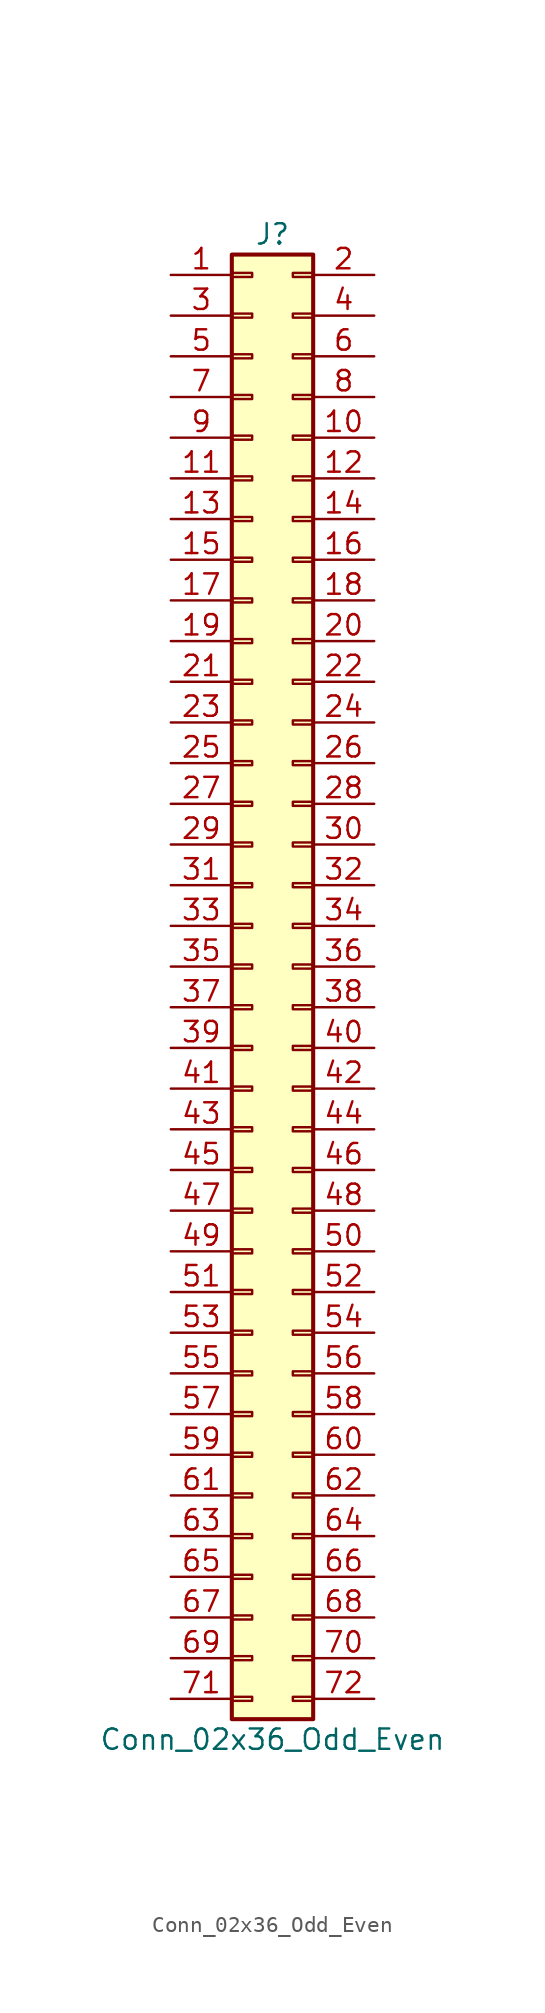
<source format=kicad_sym>
(kicad_symbol_lib
  (version 20201005)
  (generator kicad_symbol_editor)
  (symbol "Conn_02x36_Odd_Even"
    (pin_names
      (offset 1.016) hide)
    (property "Reference" "J"
      (at 1.27 45.72 0)
      (effects (font (size 1.27 1.27))))
    (property "Value" "Conn_02x36_Odd_Even"
      (at 1.27 -48.26 0)
      (effects (font (size 1.27 1.27))))
    (symbol "Conn_02x36_Odd_Even_1_1"
      (rectangle (start -1.27 -45.593) (end 0 -45.847) (stroke (width 0.152)) (fill (type none)))
      (rectangle (start -1.27 -43.053) (end 0 -43.307) (stroke (width 0.152)) (fill (type none)))
      (rectangle (start -1.27 -40.513) (end 0 -40.767) (stroke (width 0.152)) (fill (type none)))
      (rectangle (start -1.27 -37.973) (end 0 -38.227) (stroke (width 0.152)) (fill (type none)))
      (rectangle (start -1.27 -35.433) (end 0 -35.687) (stroke (width 0.152)) (fill (type none)))
      (rectangle (start -1.27 -32.893) (end 0 -33.147) (stroke (width 0.152)) (fill (type none)))
      (rectangle (start -1.27 -30.353) (end 0 -30.607) (stroke (width 0.152)) (fill (type none)))
      (rectangle (start -1.27 -27.813) (end 0 -28.067) (stroke (width 0.152)) (fill (type none)))
      (rectangle (start -1.27 -25.273) (end 0 -25.527) (stroke (width 0.152)) (fill (type none)))
      (rectangle (start -1.27 -22.733) (end 0 -22.987) (stroke (width 0.152)) (fill (type none)))
      (rectangle (start -1.27 -20.193) (end 0 -20.447) (stroke (width 0.152)) (fill (type none)))
      (rectangle (start -1.27 -17.653) (end 0 -17.907) (stroke (width 0.152)) (fill (type none)))
      (rectangle (start -1.27 -15.113) (end 0 -15.367) (stroke (width 0.152)) (fill (type none)))
      (rectangle (start -1.27 -12.573) (end 0 -12.827) (stroke (width 0.152)) (fill (type none)))
      (rectangle (start -1.27 -10.033) (end 0 -10.287) (stroke (width 0.152)) (fill (type none)))
      (rectangle (start -1.27 -7.493) (end 0 -7.747) (stroke (width 0.152)) (fill (type none)))
      (rectangle (start -1.27 -4.953) (end 0 -5.207) (stroke (width 0.152)) (fill (type none)))
      (rectangle (start -1.27 -2.413) (end 0 -2.667) (stroke (width 0.152)) (fill (type none)))
      (rectangle (start -1.27 0.127) (end 0 -0.127) (stroke (width 0.152)) (fill (type none)))
      (rectangle (start -1.27 2.667) (end 0 2.413) (stroke (width 0.152)) (fill (type none)))
      (rectangle (start -1.27 5.207) (end 0 4.953) (stroke (width 0.152)) (fill (type none)))
      (rectangle (start -1.27 7.747) (end 0 7.493) (stroke (width 0.152)) (fill (type none)))
      (rectangle (start -1.27 10.287) (end 0 10.033) (stroke (width 0.152)) (fill (type none)))
      (rectangle (start -1.27 12.827) (end 0 12.573) (stroke (width 0.152)) (fill (type none)))
      (rectangle (start -1.27 15.367) (end 0 15.113) (stroke (width 0.152)) (fill (type none)))
      (rectangle (start -1.27 17.907) (end 0 17.653) (stroke (width 0.152)) (fill (type none)))
      (rectangle (start -1.27 20.447) (end 0 20.193) (stroke (width 0.152)) (fill (type none)))
      (rectangle (start -1.27 22.987) (end 0 22.733) (stroke (width 0.152)) (fill (type none)))
      (rectangle (start -1.27 25.527) (end 0 25.273) (stroke (width 0.152)) (fill (type none)))
      (rectangle (start -1.27 28.067) (end 0 27.813) (stroke (width 0.152)) (fill (type none)))
      (rectangle (start -1.27 30.607) (end 0 30.353) (stroke (width 0.152)) (fill (type none)))
      (rectangle (start -1.27 33.147) (end 0 32.893) (stroke (width 0.152)) (fill (type none)))
      (rectangle (start -1.27 35.687) (end 0 35.433) (stroke (width 0.152)) (fill (type none)))
      (rectangle (start -1.27 38.227) (end 0 37.973) (stroke (width 0.152)) (fill (type none)))
      (rectangle (start -1.27 40.767) (end 0 40.513) (stroke (width 0.152)) (fill (type none)))
      (rectangle (start -1.27 43.307) (end 0 43.053) (stroke (width 0.152)) (fill (type none)))
      (rectangle (start 3.81 -45.593) (end 2.54 -45.847) (stroke (width 0.152)) (fill (type none)))
      (rectangle (start 3.81 -43.053) (end 2.54 -43.307) (stroke (width 0.152)) (fill (type none)))
      (rectangle (start 3.81 -40.513) (end 2.54 -40.767) (stroke (width 0.152)) (fill (type none)))
      (rectangle (start 3.81 -37.973) (end 2.54 -38.227) (stroke (width 0.152)) (fill (type none)))
      (rectangle (start 3.81 -35.433) (end 2.54 -35.687) (stroke (width 0.152)) (fill (type none)))
      (rectangle (start 3.81 -32.893) (end 2.54 -33.147) (stroke (width 0.152)) (fill (type none)))
      (rectangle (start 3.81 -30.353) (end 2.54 -30.607) (stroke (width 0.152)) (fill (type none)))
      (rectangle (start 3.81 -27.813) (end 2.54 -28.067) (stroke (width 0.152)) (fill (type none)))
      (rectangle (start 3.81 -25.273) (end 2.54 -25.527) (stroke (width 0.152)) (fill (type none)))
      (rectangle (start 3.81 -22.733) (end 2.54 -22.987) (stroke (width 0.152)) (fill (type none)))
      (rectangle (start 3.81 -20.193) (end 2.54 -20.447) (stroke (width 0.152)) (fill (type none)))
      (rectangle (start 3.81 -17.653) (end 2.54 -17.907) (stroke (width 0.152)) (fill (type none)))
      (rectangle (start 3.81 -15.113) (end 2.54 -15.367) (stroke (width 0.152)) (fill (type none)))
      (rectangle (start 3.81 -12.573) (end 2.54 -12.827) (stroke (width 0.152)) (fill (type none)))
      (rectangle (start 3.81 -10.033) (end 2.54 -10.287) (stroke (width 0.152)) (fill (type none)))
      (rectangle (start 3.81 -7.493) (end 2.54 -7.747) (stroke (width 0.152)) (fill (type none)))
      (rectangle (start 3.81 -4.953) (end 2.54 -5.207) (stroke (width 0.152)) (fill (type none)))
      (rectangle (start 3.81 -2.413) (end 2.54 -2.667) (stroke (width 0.152)) (fill (type none)))
      (rectangle (start 3.81 0.127) (end 2.54 -0.127) (stroke (width 0.152)) (fill (type none)))
      (rectangle (start 3.81 2.667) (end 2.54 2.413) (stroke (width 0.152)) (fill (type none)))
      (rectangle (start 3.81 5.207) (end 2.54 4.953) (stroke (width 0.152)) (fill (type none)))
      (rectangle (start 3.81 7.747) (end 2.54 7.493) (stroke (width 0.152)) (fill (type none)))
      (rectangle (start 3.81 10.287) (end 2.54 10.033) (stroke (width 0.152)) (fill (type none)))
      (rectangle (start 3.81 12.827) (end 2.54 12.573) (stroke (width 0.152)) (fill (type none)))
      (rectangle (start 3.81 15.367) (end 2.54 15.113) (stroke (width 0.152)) (fill (type none)))
      (rectangle (start 3.81 17.907) (end 2.54 17.653) (stroke (width 0.152)) (fill (type none)))
      (rectangle (start 3.81 20.447) (end 2.54 20.193) (stroke (width 0.152)) (fill (type none)))
      (rectangle (start 3.81 22.987) (end 2.54 22.733) (stroke (width 0.152)) (fill (type none)))
      (rectangle (start 3.81 25.527) (end 2.54 25.273) (stroke (width 0.152)) (fill (type none)))
      (rectangle (start 3.81 28.067) (end 2.54 27.813) (stroke (width 0.152)) (fill (type none)))
      (rectangle (start 3.81 30.607) (end 2.54 30.353) (stroke (width 0.152)) (fill (type none)))
      (rectangle (start 3.81 33.147) (end 2.54 32.893) (stroke (width 0.152)) (fill (type none)))
      (rectangle (start 3.81 35.687) (end 2.54 35.433) (stroke (width 0.152)) (fill (type none)))
      (rectangle (start 3.81 38.227) (end 2.54 37.973) (stroke (width 0.152)) (fill (type none)))
      (rectangle (start 3.81 40.767) (end 2.54 40.513) (stroke (width 0.152)) (fill (type none)))
      (rectangle (start 3.81 43.307) (end 2.54 43.053) (stroke (width 0.152)) (fill (type none)))
      (rectangle (start -1.27 44.45) (end 3.81 -46.99) (stroke (width 0.254)) (fill (type background)))
      (pin passive line (at -5.08 43.18 0) (length 3.81) (name "Pin_1" (effects (font (size 1.27 1.27)))) (number "1" (effects (font (size 1.27 1.27)))))
      (pin passive line (at 7.62 33.02 180) (length 3.81) (name "Pin_10" (effects (font (size 1.27 1.27)))) (number "10" (effects (font (size 1.27 1.27)))))
      (pin passive line (at -5.08 30.48 0) (length 3.81) (name "Pin_11" (effects (font (size 1.27 1.27)))) (number "11" (effects (font (size 1.27 1.27)))))
      (pin passive line (at 7.62 30.48 180) (length 3.81) (name "Pin_12" (effects (font (size 1.27 1.27)))) (number "12" (effects (font (size 1.27 1.27)))))
      (pin passive line (at -5.08 27.94 0) (length 3.81) (name "Pin_13" (effects (font (size 1.27 1.27)))) (number "13" (effects (font (size 1.27 1.27)))))
      (pin passive line (at 7.62 27.94 180) (length 3.81) (name "Pin_14" (effects (font (size 1.27 1.27)))) (number "14" (effects (font (size 1.27 1.27)))))
      (pin passive line (at -5.08 25.4 0) (length 3.81) (name "Pin_15" (effects (font (size 1.27 1.27)))) (number "15" (effects (font (size 1.27 1.27)))))
      (pin passive line (at 7.62 25.4 180) (length 3.81) (name "Pin_16" (effects (font (size 1.27 1.27)))) (number "16" (effects (font (size 1.27 1.27)))))
      (pin passive line (at -5.08 22.86 0) (length 3.81) (name "Pin_17" (effects (font (size 1.27 1.27)))) (number "17" (effects (font (size 1.27 1.27)))))
      (pin passive line (at 7.62 22.86 180) (length 3.81) (name "Pin_18" (effects (font (size 1.27 1.27)))) (number "18" (effects (font (size 1.27 1.27)))))
      (pin passive line (at -5.08 20.32 0) (length 3.81) (name "Pin_19" (effects (font (size 1.27 1.27)))) (number "19" (effects (font (size 1.27 1.27)))))
      (pin passive line (at 7.62 43.18 180) (length 3.81) (name "Pin_2" (effects (font (size 1.27 1.27)))) (number "2" (effects (font (size 1.27 1.27)))))
      (pin passive line (at 7.62 20.32 180) (length 3.81) (name "Pin_20" (effects (font (size 1.27 1.27)))) (number "20" (effects (font (size 1.27 1.27)))))
      (pin passive line (at -5.08 17.78 0) (length 3.81) (name "Pin_21" (effects (font (size 1.27 1.27)))) (number "21" (effects (font (size 1.27 1.27)))))
      (pin passive line (at 7.62 17.78 180) (length 3.81) (name "Pin_22" (effects (font (size 1.27 1.27)))) (number "22" (effects (font (size 1.27 1.27)))))
      (pin passive line (at -5.08 15.24 0) (length 3.81) (name "Pin_23" (effects (font (size 1.27 1.27)))) (number "23" (effects (font (size 1.27 1.27)))))
      (pin passive line (at 7.62 15.24 180) (length 3.81) (name "Pin_24" (effects (font (size 1.27 1.27)))) (number "24" (effects (font (size 1.27 1.27)))))
      (pin passive line (at -5.08 12.7 0) (length 3.81) (name "Pin_25" (effects (font (size 1.27 1.27)))) (number "25" (effects (font (size 1.27 1.27)))))
      (pin passive line (at 7.62 12.7 180) (length 3.81) (name "Pin_26" (effects (font (size 1.27 1.27)))) (number "26" (effects (font (size 1.27 1.27)))))
      (pin passive line (at -5.08 10.16 0) (length 3.81) (name "Pin_27" (effects (font (size 1.27 1.27)))) (number "27" (effects (font (size 1.27 1.27)))))
      (pin passive line (at 7.62 10.16 180) (length 3.81) (name "Pin_28" (effects (font (size 1.27 1.27)))) (number "28" (effects (font (size 1.27 1.27)))))
      (pin passive line (at -5.08 7.62 0) (length 3.81) (name "Pin_29" (effects (font (size 1.27 1.27)))) (number "29" (effects (font (size 1.27 1.27)))))
      (pin passive line (at -5.08 40.64 0) (length 3.81) (name "Pin_3" (effects (font (size 1.27 1.27)))) (number "3" (effects (font (size 1.27 1.27)))))
      (pin passive line (at 7.62 7.62 180) (length 3.81) (name "Pin_30" (effects (font (size 1.27 1.27)))) (number "30" (effects (font (size 1.27 1.27)))))
      (pin passive line (at -5.08 5.08 0) (length 3.81) (name "Pin_31" (effects (font (size 1.27 1.27)))) (number "31" (effects (font (size 1.27 1.27)))))
      (pin passive line (at 7.62 5.08 180) (length 3.81) (name "Pin_32" (effects (font (size 1.27 1.27)))) (number "32" (effects (font (size 1.27 1.27)))))
      (pin passive line (at -5.08 2.54 0) (length 3.81) (name "Pin_33" (effects (font (size 1.27 1.27)))) (number "33" (effects (font (size 1.27 1.27)))))
      (pin passive line (at 7.62 2.54 180) (length 3.81) (name "Pin_34" (effects (font (size 1.27 1.27)))) (number "34" (effects (font (size 1.27 1.27)))))
      (pin passive line (at -5.08 0 0) (length 3.81) (name "Pin_35" (effects (font (size 1.27 1.27)))) (number "35" (effects (font (size 1.27 1.27)))))
      (pin passive line (at 7.62 0 180) (length 3.81) (name "Pin_36" (effects (font (size 1.27 1.27)))) (number "36" (effects (font (size 1.27 1.27)))))
      (pin passive line (at -5.08 -2.54 0) (length 3.81) (name "Pin_37" (effects (font (size 1.27 1.27)))) (number "37" (effects (font (size 1.27 1.27)))))
      (pin passive line (at 7.62 -2.54 180) (length 3.81) (name "Pin_38" (effects (font (size 1.27 1.27)))) (number "38" (effects (font (size 1.27 1.27)))))
      (pin passive line (at -5.08 -5.08 0) (length 3.81) (name "Pin_39" (effects (font (size 1.27 1.27)))) (number "39" (effects (font (size 1.27 1.27)))))
      (pin passive line (at 7.62 40.64 180) (length 3.81) (name "Pin_4" (effects (font (size 1.27 1.27)))) (number "4" (effects (font (size 1.27 1.27)))))
      (pin passive line (at 7.62 -5.08 180) (length 3.81) (name "Pin_40" (effects (font (size 1.27 1.27)))) (number "40" (effects (font (size 1.27 1.27)))))
      (pin passive line (at -5.08 -7.62 0) (length 3.81) (name "Pin_41" (effects (font (size 1.27 1.27)))) (number "41" (effects (font (size 1.27 1.27)))))
      (pin passive line (at 7.62 -7.62 180) (length 3.81) (name "Pin_42" (effects (font (size 1.27 1.27)))) (number "42" (effects (font (size 1.27 1.27)))))
      (pin passive line (at -5.08 -10.16 0) (length 3.81) (name "Pin_43" (effects (font (size 1.27 1.27)))) (number "43" (effects (font (size 1.27 1.27)))))
      (pin passive line (at 7.62 -10.16 180) (length 3.81) (name "Pin_44" (effects (font (size 1.27 1.27)))) (number "44" (effects (font (size 1.27 1.27)))))
      (pin passive line (at -5.08 -12.7 0) (length 3.81) (name "Pin_45" (effects (font (size 1.27 1.27)))) (number "45" (effects (font (size 1.27 1.27)))))
      (pin passive line (at 7.62 -12.7 180) (length 3.81) (name "Pin_46" (effects (font (size 1.27 1.27)))) (number "46" (effects (font (size 1.27 1.27)))))
      (pin passive line (at -5.08 -15.24 0) (length 3.81) (name "Pin_47" (effects (font (size 1.27 1.27)))) (number "47" (effects (font (size 1.27 1.27)))))
      (pin passive line (at 7.62 -15.24 180) (length 3.81) (name "Pin_48" (effects (font (size 1.27 1.27)))) (number "48" (effects (font (size 1.27 1.27)))))
      (pin passive line (at -5.08 -17.78 0) (length 3.81) (name "Pin_49" (effects (font (size 1.27 1.27)))) (number "49" (effects (font (size 1.27 1.27)))))
      (pin passive line (at -5.08 38.1 0) (length 3.81) (name "Pin_5" (effects (font (size 1.27 1.27)))) (number "5" (effects (font (size 1.27 1.27)))))
      (pin passive line (at 7.62 -17.78 180) (length 3.81) (name "Pin_50" (effects (font (size 1.27 1.27)))) (number "50" (effects (font (size 1.27 1.27)))))
      (pin passive line (at -5.08 -20.32 0) (length 3.81) (name "Pin_51" (effects (font (size 1.27 1.27)))) (number "51" (effects (font (size 1.27 1.27)))))
      (pin passive line (at 7.62 -20.32 180) (length 3.81) (name "Pin_52" (effects (font (size 1.27 1.27)))) (number "52" (effects (font (size 1.27 1.27)))))
      (pin passive line (at -5.08 -22.86 0) (length 3.81) (name "Pin_53" (effects (font (size 1.27 1.27)))) (number "53" (effects (font (size 1.27 1.27)))))
      (pin passive line (at 7.62 -22.86 180) (length 3.81) (name "Pin_54" (effects (font (size 1.27 1.27)))) (number "54" (effects (font (size 1.27 1.27)))))
      (pin passive line (at -5.08 -25.4 0) (length 3.81) (name "Pin_55" (effects (font (size 1.27 1.27)))) (number "55" (effects (font (size 1.27 1.27)))))
      (pin passive line (at 7.62 -25.4 180) (length 3.81) (name "Pin_56" (effects (font (size 1.27 1.27)))) (number "56" (effects (font (size 1.27 1.27)))))
      (pin passive line (at -5.08 -27.94 0) (length 3.81) (name "Pin_57" (effects (font (size 1.27 1.27)))) (number "57" (effects (font (size 1.27 1.27)))))
      (pin passive line (at 7.62 -27.94 180) (length 3.81) (name "Pin_58" (effects (font (size 1.27 1.27)))) (number "58" (effects (font (size 1.27 1.27)))))
      (pin passive line (at -5.08 -30.48 0) (length 3.81) (name "Pin_59" (effects (font (size 1.27 1.27)))) (number "59" (effects (font (size 1.27 1.27)))))
      (pin passive line (at 7.62 38.1 180) (length 3.81) (name "Pin_6" (effects (font (size 1.27 1.27)))) (number "6" (effects (font (size 1.27 1.27)))))
      (pin passive line (at 7.62 -30.48 180) (length 3.81) (name "Pin_60" (effects (font (size 1.27 1.27)))) (number "60" (effects (font (size 1.27 1.27)))))
      (pin passive line (at -5.08 -33.02 0) (length 3.81) (name "Pin_61" (effects (font (size 1.27 1.27)))) (number "61" (effects (font (size 1.27 1.27)))))
      (pin passive line (at 7.62 -33.02 180) (length 3.81) (name "Pin_62" (effects (font (size 1.27 1.27)))) (number "62" (effects (font (size 1.27 1.27)))))
      (pin passive line (at -5.08 -35.56 0) (length 3.81) (name "Pin_63" (effects (font (size 1.27 1.27)))) (number "63" (effects (font (size 1.27 1.27)))))
      (pin passive line (at 7.62 -35.56 180) (length 3.81) (name "Pin_64" (effects (font (size 1.27 1.27)))) (number "64" (effects (font (size 1.27 1.27)))))
      (pin passive line (at -5.08 -38.1 0) (length 3.81) (name "Pin_65" (effects (font (size 1.27 1.27)))) (number "65" (effects (font (size 1.27 1.27)))))
      (pin passive line (at 7.62 -38.1 180) (length 3.81) (name "Pin_66" (effects (font (size 1.27 1.27)))) (number "66" (effects (font (size 1.27 1.27)))))
      (pin passive line (at -5.08 -40.64 0) (length 3.81) (name "Pin_67" (effects (font (size 1.27 1.27)))) (number "67" (effects (font (size 1.27 1.27)))))
      (pin passive line (at 7.62 -40.64 180) (length 3.81) (name "Pin_68" (effects (font (size 1.27 1.27)))) (number "68" (effects (font (size 1.27 1.27)))))
      (pin passive line (at -5.08 -43.18 0) (length 3.81) (name "Pin_69" (effects (font (size 1.27 1.27)))) (number "69" (effects (font (size 1.27 1.27)))))
      (pin passive line (at -5.08 35.56 0) (length 3.81) (name "Pin_7" (effects (font (size 1.27 1.27)))) (number "7" (effects (font (size 1.27 1.27)))))
      (pin passive line (at 7.62 -43.18 180) (length 3.81) (name "Pin_70" (effects (font (size 1.27 1.27)))) (number "70" (effects (font (size 1.27 1.27)))))
      (pin passive line (at -5.08 -45.72 0) (length 3.81) (name "Pin_71" (effects (font (size 1.27 1.27)))) (number "71" (effects (font (size 1.27 1.27)))))
      (pin passive line (at 7.62 -45.72 180) (length 3.81) (name "Pin_72" (effects (font (size 1.27 1.27)))) (number "72" (effects (font (size 1.27 1.27)))))
      (pin passive line (at 7.62 35.56 180) (length 3.81) (name "Pin_8" (effects (font (size 1.27 1.27)))) (number "8" (effects (font (size 1.27 1.27)))))
      (pin passive line (at -5.08 33.02 0) (length 3.81) (name "Pin_9" (effects (font (size 1.27 1.27)))) (number "9" (effects (font (size 1.27 1.27))))))))
</source>
